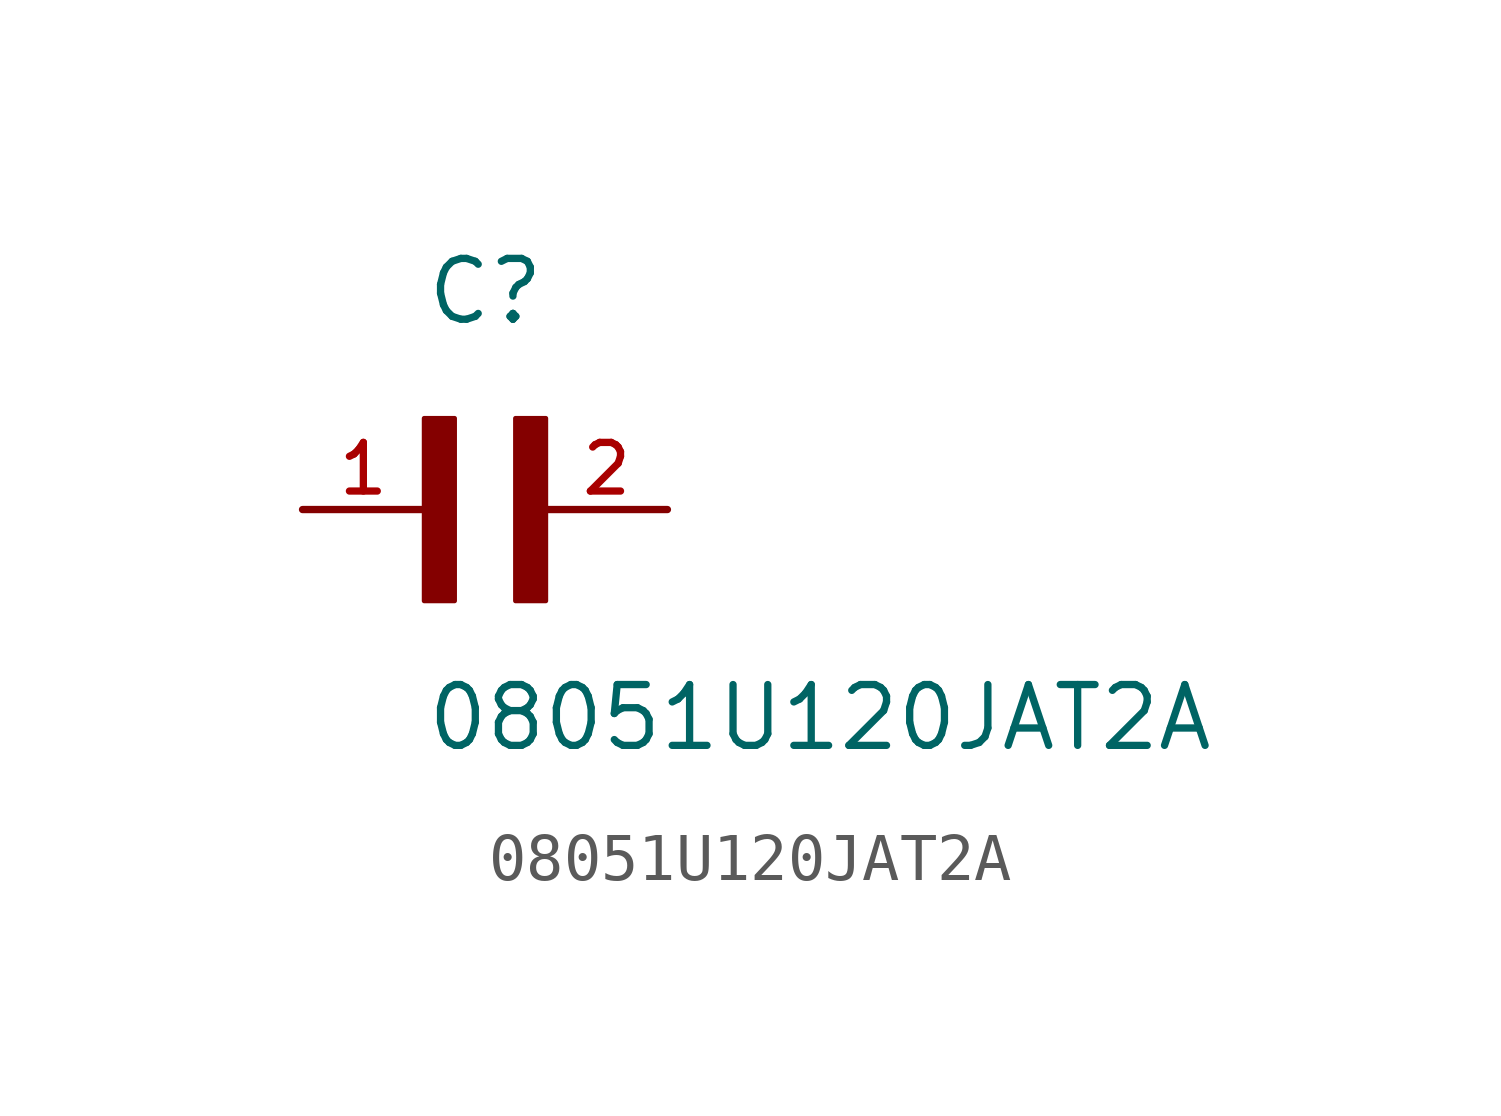
<source format=kicad_sym>
(kicad_symbol_lib
  (version 20211014)
  (generator kicad_symbol_editor)
  (symbol "08051U120JAT2A"
    (pin_names
      (offset 1.016))
    (property "Reference" "C"
      (at 0.0 3.811 0)
      (effects (font (size 1.27 1.27)) (justify bottom left)))
    (property "Value" "08051U120JAT2A"
      (at 0.0 -5.088 0)
      (effects (font (size 1.27 1.27)) (justify bottom left)))
    (symbol "08051U120JAT2A_0_0"
      (rectangle (start 0.0 -1.907) (end 0.635 1.905) (stroke (width 0.1)) (fill (type outline)))
      (rectangle (start 1.907 -1.907) (end 2.54 1.905) (stroke (width 0.1)) (fill (type outline)))
      (pin passive line (at 5.08 0.0 180.0) (length 2.54) (name "~" (effects (font (size 1.016 1.016)))) (number "2" (effects (font (size 1.016 1.016)))))
      (pin passive line (at -2.54 0.0 0) (length 2.54) (name "~" (effects (font (size 1.016 1.016)))) (number "1" (effects (font (size 1.016 1.016))))))))
</source>
